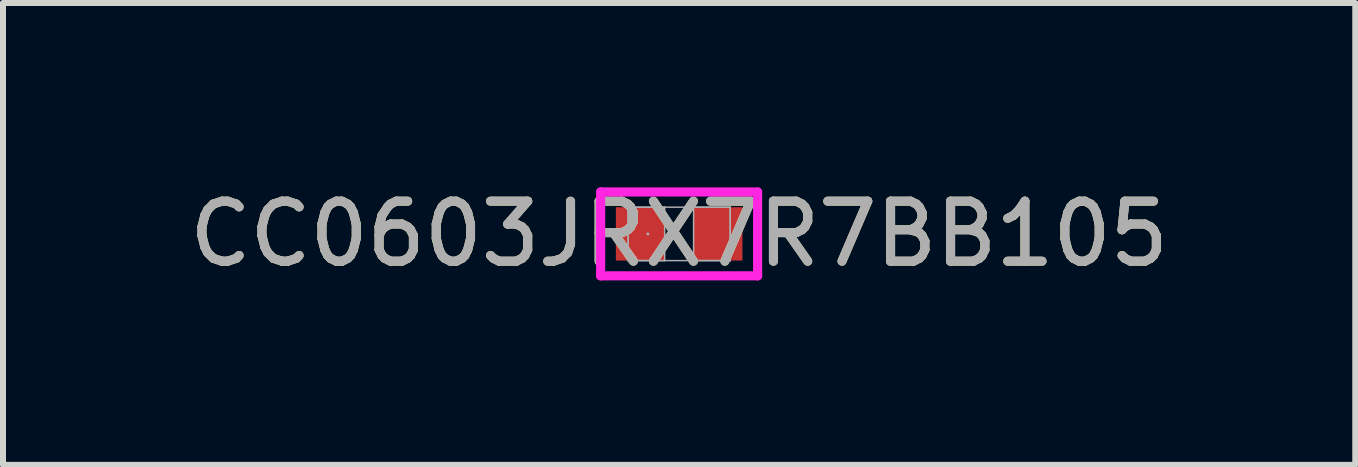
<source format=kicad_pcb>
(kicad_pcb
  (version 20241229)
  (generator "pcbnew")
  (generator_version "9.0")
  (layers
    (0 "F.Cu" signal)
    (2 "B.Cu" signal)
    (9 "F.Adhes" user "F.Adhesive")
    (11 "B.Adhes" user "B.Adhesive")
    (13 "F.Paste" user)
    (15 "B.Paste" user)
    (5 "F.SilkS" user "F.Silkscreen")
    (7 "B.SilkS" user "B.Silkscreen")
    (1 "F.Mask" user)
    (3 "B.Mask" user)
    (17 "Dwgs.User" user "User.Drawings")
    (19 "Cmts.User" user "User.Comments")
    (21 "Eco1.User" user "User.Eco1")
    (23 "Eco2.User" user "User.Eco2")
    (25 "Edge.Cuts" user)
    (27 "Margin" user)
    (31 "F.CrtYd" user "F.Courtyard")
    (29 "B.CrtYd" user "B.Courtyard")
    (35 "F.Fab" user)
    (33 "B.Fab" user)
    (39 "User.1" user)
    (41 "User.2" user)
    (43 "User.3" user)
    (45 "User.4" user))
  (footprint "CC0603JRX7R7BB105"
    (layer "F.Cu")
    (at 8.268 0.848)
    (property "Reference" "CC0603JRX7R7BB105" (at 0 0 0) (unlocked yes) (layer "F.SilkS") (effects (font (size 1 1) (thickness 0.15))))
    (attr smd)
    (fp_line (start -1.308 -0.699) (end 1.308 -0.699) (stroke (width 0.152) (type solid)) (layer "F.CrtYd"))
    (fp_line (start -1.308 0.699) (end -1.308 -0.699) (stroke (width 0.152) (type solid)) (layer "F.CrtYd"))
    (fp_line (start 1.308 -0.699) (end 1.308 0.699) (stroke (width 0.152) (type solid)) (layer "F.CrtYd"))
    (fp_line (start 1.308 0.699) (end -1.308 0.699) (stroke (width 0.152) (type solid)) (layer "F.CrtYd"))
    (fp_line (start -0.851 -0.445) (end -0.851 0.445) (stroke (width 0.025) (type solid)) (layer "F.Fab"))
    (fp_line (start -0.851 -0.445) (end -0.851 0.445) (stroke (width 0.025) (type solid)) (layer "F.Fab"))
    (fp_line (start -0.851 0.445) (end -0.241 0.445) (stroke (width 0.025) (type solid)) (layer "F.Fab"))
    (fp_line (start -0.851 0.445) (end 0.851 0.445) (stroke (width 0.025) (type solid)) (layer "F.Fab"))
    (fp_line (start -0.241 -0.445) (end -0.851 -0.445) (stroke (width 0.025) (type solid)) (layer "F.Fab"))
    (fp_line (start -0.241 0.445) (end -0.241 -0.445) (stroke (width 0.025) (type solid)) (layer "F.Fab"))
    (fp_line (start 0.241 -0.445) (end 0.241 0.445) (stroke (width 0.025) (type solid)) (layer "F.Fab"))
    (fp_line (start 0.241 0.445) (end 0.851 0.445) (stroke (width 0.025) (type solid)) (layer "F.Fab"))
    (fp_line (start 0.851 -0.445) (end -0.851 -0.445) (stroke (width 0.025) (type solid)) (layer "F.Fab"))
    (fp_line (start 0.851 -0.445) (end 0.241 -0.445) (stroke (width 0.025) (type solid)) (layer "F.Fab"))
    (fp_line (start 0.851 0.445) (end 0.851 -0.445) (stroke (width 0.025) (type solid)) (layer "F.Fab"))
    (fp_line (start 0.851 0.445) (end 0.851 -0.445) (stroke (width 0.025) (type solid)) (layer "F.Fab"))
    (fp_circle (center -0.521 0) (end -0.521 0) (stroke (width 0.025) (type solid)) (fill no) (layer "F.Fab"))
    (fp_text user "${REFERENCE}" (at 0 0 0) (unlocked yes) (layer "F.Fab") (effects (font (size 1 1) (thickness 0.15))))
    (pad "1" smd rect (at -0.648 0) (size 0.813 0.889) (layers "F.Cu" "F.Mask" "F.Paste"))
    (pad "2" smd rect (at 0.648 0) (size 0.813 0.889) (layers "F.Cu" "F.Mask" "F.Paste"))
    (zone (net_name "") (layer "F.Cu") (hatch full 0.508) (connect_pads) (min_thickness 0.254) (filled_areas_thickness no) (keepout (tracks not_allowed) (vias not_allowed) (pads allowed) (copperpour not_allowed) (footprints allowed)) (placement (enabled no)) (fill) (polygon (pts (xy 8.077 0.455) (xy 8.458 0.455) (xy 8.458 1.242) (xy 8.077 1.242)))))
  (gr_rect
    (start -3 -3)
    (end 19.536 4.697)
    (stroke (width 0.1) (type default))
    (fill no)
    (layer "Edge.Cuts")))
</source>
